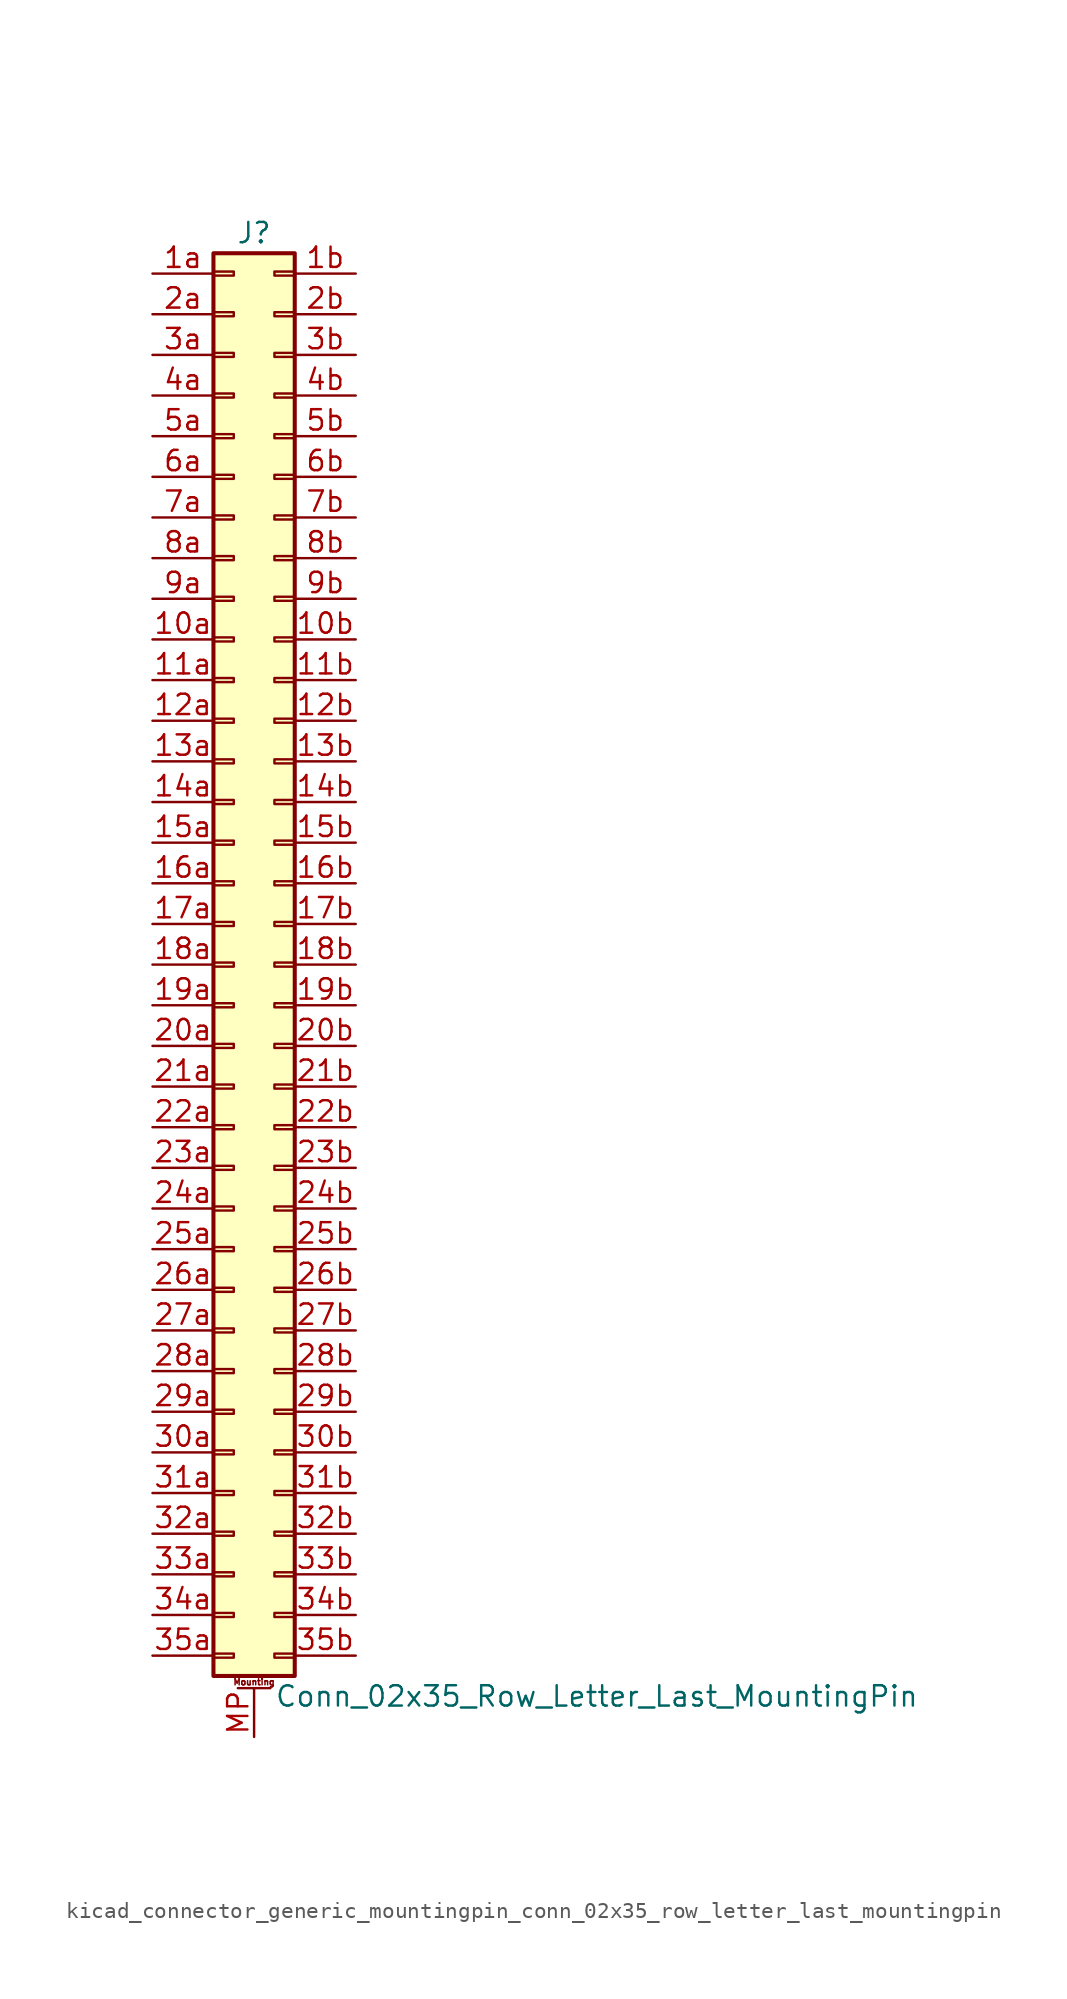
<source format=kicad_sym>
(kicad_symbol_lib
  (version 20220914)
  (generator kicad_symbol_editor)
  (symbol "kicad_connector_generic_mountingpin_conn_02x35_row_letter_last_mountingpin"
    (pin_names
      (offset 1.016) hide)
    (property "Reference" "J"
      (at 1.27 45.72 0)
      (effects (font (size 1.27 1.27))))
    (property "Value" "Conn_02x35_Row_Letter_Last_MountingPin"
      (at 2.54 -45.72 0)
      (effects (font (size 1.27 1.27)) (justify left)))
    (symbol "kicad_connector_generic_mountingpin_conn_02x35_row_letter_last_mountingpin_1_1"
      (rectangle (start -1.27 -43.053) (end 0 -43.307) (stroke (width 0.152) (type default)) (fill (type none)))
      (rectangle (start -1.27 -40.513) (end 0 -40.767) (stroke (width 0.152) (type default)) (fill (type none)))
      (rectangle (start -1.27 -37.973) (end 0 -38.227) (stroke (width 0.152) (type default)) (fill (type none)))
      (rectangle (start -1.27 -35.433) (end 0 -35.687) (stroke (width 0.152) (type default)) (fill (type none)))
      (rectangle (start -1.27 -32.893) (end 0 -33.147) (stroke (width 0.152) (type default)) (fill (type none)))
      (rectangle (start -1.27 -30.353) (end 0 -30.607) (stroke (width 0.152) (type default)) (fill (type none)))
      (rectangle (start -1.27 -27.813) (end 0 -28.067) (stroke (width 0.152) (type default)) (fill (type none)))
      (rectangle (start -1.27 -25.273) (end 0 -25.527) (stroke (width 0.152) (type default)) (fill (type none)))
      (rectangle (start -1.27 -22.733) (end 0 -22.987) (stroke (width 0.152) (type default)) (fill (type none)))
      (rectangle (start -1.27 -20.193) (end 0 -20.447) (stroke (width 0.152) (type default)) (fill (type none)))
      (rectangle (start -1.27 -17.653) (end 0 -17.907) (stroke (width 0.152) (type default)) (fill (type none)))
      (rectangle (start -1.27 -15.113) (end 0 -15.367) (stroke (width 0.152) (type default)) (fill (type none)))
      (rectangle (start -1.27 -12.573) (end 0 -12.827) (stroke (width 0.152) (type default)) (fill (type none)))
      (rectangle (start -1.27 -10.033) (end 0 -10.287) (stroke (width 0.152) (type default)) (fill (type none)))
      (rectangle (start -1.27 -7.493) (end 0 -7.747) (stroke (width 0.152) (type default)) (fill (type none)))
      (rectangle (start -1.27 -4.953) (end 0 -5.207) (stroke (width 0.152) (type default)) (fill (type none)))
      (rectangle (start -1.27 -2.413) (end 0 -2.667) (stroke (width 0.152) (type default)) (fill (type none)))
      (rectangle (start -1.27 0.127) (end 0 -0.127) (stroke (width 0.152) (type default)) (fill (type none)))
      (rectangle (start -1.27 2.667) (end 0 2.413) (stroke (width 0.152) (type default)) (fill (type none)))
      (rectangle (start -1.27 5.207) (end 0 4.953) (stroke (width 0.152) (type default)) (fill (type none)))
      (rectangle (start -1.27 7.747) (end 0 7.493) (stroke (width 0.152) (type default)) (fill (type none)))
      (rectangle (start -1.27 10.287) (end 0 10.033) (stroke (width 0.152) (type default)) (fill (type none)))
      (rectangle (start -1.27 12.827) (end 0 12.573) (stroke (width 0.152) (type default)) (fill (type none)))
      (rectangle (start -1.27 15.367) (end 0 15.113) (stroke (width 0.152) (type default)) (fill (type none)))
      (rectangle (start -1.27 17.907) (end 0 17.653) (stroke (width 0.152) (type default)) (fill (type none)))
      (rectangle (start -1.27 20.447) (end 0 20.193) (stroke (width 0.152) (type default)) (fill (type none)))
      (rectangle (start -1.27 22.987) (end 0 22.733) (stroke (width 0.152) (type default)) (fill (type none)))
      (rectangle (start -1.27 25.527) (end 0 25.273) (stroke (width 0.152) (type default)) (fill (type none)))
      (rectangle (start -1.27 28.067) (end 0 27.813) (stroke (width 0.152) (type default)) (fill (type none)))
      (rectangle (start -1.27 30.607) (end 0 30.353) (stroke (width 0.152) (type default)) (fill (type none)))
      (rectangle (start -1.27 33.147) (end 0 32.893) (stroke (width 0.152) (type default)) (fill (type none)))
      (rectangle (start -1.27 35.687) (end 0 35.433) (stroke (width 0.152) (type default)) (fill (type none)))
      (rectangle (start -1.27 38.227) (end 0 37.973) (stroke (width 0.152) (type default)) (fill (type none)))
      (rectangle (start -1.27 40.767) (end 0 40.513) (stroke (width 0.152) (type default)) (fill (type none)))
      (rectangle (start -1.27 43.307) (end 0 43.053) (stroke (width 0.152) (type default)) (fill (type none)))
      (rectangle (start -1.27 44.45) (end 3.81 -44.45) (stroke (width 0.254) (type default)) (fill (type background)))
      (polyline (pts (xy 0.254 -45.212) (xy 2.286 -45.212)) (stroke (width 0.152) (type default)) (fill (type none)))
      (rectangle (start 3.81 -43.053) (end 2.54 -43.307) (stroke (width 0.152) (type default)) (fill (type none)))
      (rectangle (start 3.81 -40.513) (end 2.54 -40.767) (stroke (width 0.152) (type default)) (fill (type none)))
      (rectangle (start 3.81 -37.973) (end 2.54 -38.227) (stroke (width 0.152) (type default)) (fill (type none)))
      (rectangle (start 3.81 -35.433) (end 2.54 -35.687) (stroke (width 0.152) (type default)) (fill (type none)))
      (rectangle (start 3.81 -32.893) (end 2.54 -33.147) (stroke (width 0.152) (type default)) (fill (type none)))
      (rectangle (start 3.81 -30.353) (end 2.54 -30.607) (stroke (width 0.152) (type default)) (fill (type none)))
      (rectangle (start 3.81 -27.813) (end 2.54 -28.067) (stroke (width 0.152) (type default)) (fill (type none)))
      (rectangle (start 3.81 -25.273) (end 2.54 -25.527) (stroke (width 0.152) (type default)) (fill (type none)))
      (rectangle (start 3.81 -22.733) (end 2.54 -22.987) (stroke (width 0.152) (type default)) (fill (type none)))
      (rectangle (start 3.81 -20.193) (end 2.54 -20.447) (stroke (width 0.152) (type default)) (fill (type none)))
      (rectangle (start 3.81 -17.653) (end 2.54 -17.907) (stroke (width 0.152) (type default)) (fill (type none)))
      (rectangle (start 3.81 -15.113) (end 2.54 -15.367) (stroke (width 0.152) (type default)) (fill (type none)))
      (rectangle (start 3.81 -12.573) (end 2.54 -12.827) (stroke (width 0.152) (type default)) (fill (type none)))
      (rectangle (start 3.81 -10.033) (end 2.54 -10.287) (stroke (width 0.152) (type default)) (fill (type none)))
      (rectangle (start 3.81 -7.493) (end 2.54 -7.747) (stroke (width 0.152) (type default)) (fill (type none)))
      (rectangle (start 3.81 -4.953) (end 2.54 -5.207) (stroke (width 0.152) (type default)) (fill (type none)))
      (rectangle (start 3.81 -2.413) (end 2.54 -2.667) (stroke (width 0.152) (type default)) (fill (type none)))
      (rectangle (start 3.81 0.127) (end 2.54 -0.127) (stroke (width 0.152) (type default)) (fill (type none)))
      (rectangle (start 3.81 2.667) (end 2.54 2.413) (stroke (width 0.152) (type default)) (fill (type none)))
      (rectangle (start 3.81 5.207) (end 2.54 4.953) (stroke (width 0.152) (type default)) (fill (type none)))
      (rectangle (start 3.81 7.747) (end 2.54 7.493) (stroke (width 0.152) (type default)) (fill (type none)))
      (rectangle (start 3.81 10.287) (end 2.54 10.033) (stroke (width 0.152) (type default)) (fill (type none)))
      (rectangle (start 3.81 12.827) (end 2.54 12.573) (stroke (width 0.152) (type default)) (fill (type none)))
      (rectangle (start 3.81 15.367) (end 2.54 15.113) (stroke (width 0.152) (type default)) (fill (type none)))
      (rectangle (start 3.81 17.907) (end 2.54 17.653) (stroke (width 0.152) (type default)) (fill (type none)))
      (rectangle (start 3.81 20.447) (end 2.54 20.193) (stroke (width 0.152) (type default)) (fill (type none)))
      (rectangle (start 3.81 22.987) (end 2.54 22.733) (stroke (width 0.152) (type default)) (fill (type none)))
      (rectangle (start 3.81 25.527) (end 2.54 25.273) (stroke (width 0.152) (type default)) (fill (type none)))
      (rectangle (start 3.81 28.067) (end 2.54 27.813) (stroke (width 0.152) (type default)) (fill (type none)))
      (rectangle (start 3.81 30.607) (end 2.54 30.353) (stroke (width 0.152) (type default)) (fill (type none)))
      (rectangle (start 3.81 33.147) (end 2.54 32.893) (stroke (width 0.152) (type default)) (fill (type none)))
      (rectangle (start 3.81 35.687) (end 2.54 35.433) (stroke (width 0.152) (type default)) (fill (type none)))
      (rectangle (start 3.81 38.227) (end 2.54 37.973) (stroke (width 0.152) (type default)) (fill (type none)))
      (rectangle (start 3.81 40.767) (end 2.54 40.513) (stroke (width 0.152) (type default)) (fill (type none)))
      (rectangle (start 3.81 43.307) (end 2.54 43.053) (stroke (width 0.152) (type default)) (fill (type none)))
      (text "Mounting" (at 1.27 -44.831 0) (effects (font (size 0.381 0.381))))
      (pin passive line (at -5.08 20.32 0) (length 3.81) (name "Pin_10a" (effects (font (size 1.27 1.27)))) (number "10a" (effects (font (size 1.27 1.27)))))
      (pin passive line (at 7.62 20.32 180) (length 3.81) (name "Pin_10b" (effects (font (size 1.27 1.27)))) (number "10b" (effects (font (size 1.27 1.27)))))
      (pin passive line (at -5.08 17.78 0) (length 3.81) (name "Pin_11a" (effects (font (size 1.27 1.27)))) (number "11a" (effects (font (size 1.27 1.27)))))
      (pin passive line (at 7.62 17.78 180) (length 3.81) (name "Pin_11b" (effects (font (size 1.27 1.27)))) (number "11b" (effects (font (size 1.27 1.27)))))
      (pin passive line (at -5.08 15.24 0) (length 3.81) (name "Pin_12a" (effects (font (size 1.27 1.27)))) (number "12a" (effects (font (size 1.27 1.27)))))
      (pin passive line (at 7.62 15.24 180) (length 3.81) (name "Pin_12b" (effects (font (size 1.27 1.27)))) (number "12b" (effects (font (size 1.27 1.27)))))
      (pin passive line (at -5.08 12.7 0) (length 3.81) (name "Pin_13a" (effects (font (size 1.27 1.27)))) (number "13a" (effects (font (size 1.27 1.27)))))
      (pin passive line (at 7.62 12.7 180) (length 3.81) (name "Pin_13b" (effects (font (size 1.27 1.27)))) (number "13b" (effects (font (size 1.27 1.27)))))
      (pin passive line (at -5.08 10.16 0) (length 3.81) (name "Pin_14a" (effects (font (size 1.27 1.27)))) (number "14a" (effects (font (size 1.27 1.27)))))
      (pin passive line (at 7.62 10.16 180) (length 3.81) (name "Pin_14b" (effects (font (size 1.27 1.27)))) (number "14b" (effects (font (size 1.27 1.27)))))
      (pin passive line (at -5.08 7.62 0) (length 3.81) (name "Pin_15a" (effects (font (size 1.27 1.27)))) (number "15a" (effects (font (size 1.27 1.27)))))
      (pin passive line (at 7.62 7.62 180) (length 3.81) (name "Pin_15b" (effects (font (size 1.27 1.27)))) (number "15b" (effects (font (size 1.27 1.27)))))
      (pin passive line (at -5.08 5.08 0) (length 3.81) (name "Pin_16a" (effects (font (size 1.27 1.27)))) (number "16a" (effects (font (size 1.27 1.27)))))
      (pin passive line (at 7.62 5.08 180) (length 3.81) (name "Pin_16b" (effects (font (size 1.27 1.27)))) (number "16b" (effects (font (size 1.27 1.27)))))
      (pin passive line (at -5.08 2.54 0) (length 3.81) (name "Pin_17a" (effects (font (size 1.27 1.27)))) (number "17a" (effects (font (size 1.27 1.27)))))
      (pin passive line (at 7.62 2.54 180) (length 3.81) (name "Pin_17b" (effects (font (size 1.27 1.27)))) (number "17b" (effects (font (size 1.27 1.27)))))
      (pin passive line (at -5.08 0 0) (length 3.81) (name "Pin_18a" (effects (font (size 1.27 1.27)))) (number "18a" (effects (font (size 1.27 1.27)))))
      (pin passive line (at 7.62 0 180) (length 3.81) (name "Pin_18b" (effects (font (size 1.27 1.27)))) (number "18b" (effects (font (size 1.27 1.27)))))
      (pin passive line (at -5.08 -2.54 0) (length 3.81) (name "Pin_19a" (effects (font (size 1.27 1.27)))) (number "19a" (effects (font (size 1.27 1.27)))))
      (pin passive line (at 7.62 -2.54 180) (length 3.81) (name "Pin_19b" (effects (font (size 1.27 1.27)))) (number "19b" (effects (font (size 1.27 1.27)))))
      (pin passive line (at -5.08 43.18 0) (length 3.81) (name "Pin_1a" (effects (font (size 1.27 1.27)))) (number "1a" (effects (font (size 1.27 1.27)))))
      (pin passive line (at 7.62 43.18 180) (length 3.81) (name "Pin_1b" (effects (font (size 1.27 1.27)))) (number "1b" (effects (font (size 1.27 1.27)))))
      (pin passive line (at -5.08 -5.08 0) (length 3.81) (name "Pin_20a" (effects (font (size 1.27 1.27)))) (number "20a" (effects (font (size 1.27 1.27)))))
      (pin passive line (at 7.62 -5.08 180) (length 3.81) (name "Pin_20b" (effects (font (size 1.27 1.27)))) (number "20b" (effects (font (size 1.27 1.27)))))
      (pin passive line (at -5.08 -7.62 0) (length 3.81) (name "Pin_21a" (effects (font (size 1.27 1.27)))) (number "21a" (effects (font (size 1.27 1.27)))))
      (pin passive line (at 7.62 -7.62 180) (length 3.81) (name "Pin_21b" (effects (font (size 1.27 1.27)))) (number "21b" (effects (font (size 1.27 1.27)))))
      (pin passive line (at -5.08 -10.16 0) (length 3.81) (name "Pin_22a" (effects (font (size 1.27 1.27)))) (number "22a" (effects (font (size 1.27 1.27)))))
      (pin passive line (at 7.62 -10.16 180) (length 3.81) (name "Pin_22b" (effects (font (size 1.27 1.27)))) (number "22b" (effects (font (size 1.27 1.27)))))
      (pin passive line (at -5.08 -12.7 0) (length 3.81) (name "Pin_23a" (effects (font (size 1.27 1.27)))) (number "23a" (effects (font (size 1.27 1.27)))))
      (pin passive line (at 7.62 -12.7 180) (length 3.81) (name "Pin_23b" (effects (font (size 1.27 1.27)))) (number "23b" (effects (font (size 1.27 1.27)))))
      (pin passive line (at -5.08 -15.24 0) (length 3.81) (name "Pin_24a" (effects (font (size 1.27 1.27)))) (number "24a" (effects (font (size 1.27 1.27)))))
      (pin passive line (at 7.62 -15.24 180) (length 3.81) (name "Pin_24b" (effects (font (size 1.27 1.27)))) (number "24b" (effects (font (size 1.27 1.27)))))
      (pin passive line (at -5.08 -17.78 0) (length 3.81) (name "Pin_25a" (effects (font (size 1.27 1.27)))) (number "25a" (effects (font (size 1.27 1.27)))))
      (pin passive line (at 7.62 -17.78 180) (length 3.81) (name "Pin_25b" (effects (font (size 1.27 1.27)))) (number "25b" (effects (font (size 1.27 1.27)))))
      (pin passive line (at -5.08 -20.32 0) (length 3.81) (name "Pin_26a" (effects (font (size 1.27 1.27)))) (number "26a" (effects (font (size 1.27 1.27)))))
      (pin passive line (at 7.62 -20.32 180) (length 3.81) (name "Pin_26b" (effects (font (size 1.27 1.27)))) (number "26b" (effects (font (size 1.27 1.27)))))
      (pin passive line (at -5.08 -22.86 0) (length 3.81) (name "Pin_27a" (effects (font (size 1.27 1.27)))) (number "27a" (effects (font (size 1.27 1.27)))))
      (pin passive line (at 7.62 -22.86 180) (length 3.81) (name "Pin_27b" (effects (font (size 1.27 1.27)))) (number "27b" (effects (font (size 1.27 1.27)))))
      (pin passive line (at -5.08 -25.4 0) (length 3.81) (name "Pin_28a" (effects (font (size 1.27 1.27)))) (number "28a" (effects (font (size 1.27 1.27)))))
      (pin passive line (at 7.62 -25.4 180) (length 3.81) (name "Pin_28b" (effects (font (size 1.27 1.27)))) (number "28b" (effects (font (size 1.27 1.27)))))
      (pin passive line (at -5.08 -27.94 0) (length 3.81) (name "Pin_29a" (effects (font (size 1.27 1.27)))) (number "29a" (effects (font (size 1.27 1.27)))))
      (pin passive line (at 7.62 -27.94 180) (length 3.81) (name "Pin_29b" (effects (font (size 1.27 1.27)))) (number "29b" (effects (font (size 1.27 1.27)))))
      (pin passive line (at -5.08 40.64 0) (length 3.81) (name "Pin_2a" (effects (font (size 1.27 1.27)))) (number "2a" (effects (font (size 1.27 1.27)))))
      (pin passive line (at 7.62 40.64 180) (length 3.81) (name "Pin_2b" (effects (font (size 1.27 1.27)))) (number "2b" (effects (font (size 1.27 1.27)))))
      (pin passive line (at -5.08 -30.48 0) (length 3.81) (name "Pin_30a" (effects (font (size 1.27 1.27)))) (number "30a" (effects (font (size 1.27 1.27)))))
      (pin passive line (at 7.62 -30.48 180) (length 3.81) (name "Pin_30b" (effects (font (size 1.27 1.27)))) (number "30b" (effects (font (size 1.27 1.27)))))
      (pin passive line (at -5.08 -33.02 0) (length 3.81) (name "Pin_31a" (effects (font (size 1.27 1.27)))) (number "31a" (effects (font (size 1.27 1.27)))))
      (pin passive line (at 7.62 -33.02 180) (length 3.81) (name "Pin_31b" (effects (font (size 1.27 1.27)))) (number "31b" (effects (font (size 1.27 1.27)))))
      (pin passive line (at -5.08 -35.56 0) (length 3.81) (name "Pin_32a" (effects (font (size 1.27 1.27)))) (number "32a" (effects (font (size 1.27 1.27)))))
      (pin passive line (at 7.62 -35.56 180) (length 3.81) (name "Pin_32b" (effects (font (size 1.27 1.27)))) (number "32b" (effects (font (size 1.27 1.27)))))
      (pin passive line (at -5.08 -38.1 0) (length 3.81) (name "Pin_33a" (effects (font (size 1.27 1.27)))) (number "33a" (effects (font (size 1.27 1.27)))))
      (pin passive line (at 7.62 -38.1 180) (length 3.81) (name "Pin_33b" (effects (font (size 1.27 1.27)))) (number "33b" (effects (font (size 1.27 1.27)))))
      (pin passive line (at -5.08 -40.64 0) (length 3.81) (name "Pin_34a" (effects (font (size 1.27 1.27)))) (number "34a" (effects (font (size 1.27 1.27)))))
      (pin passive line (at 7.62 -40.64 180) (length 3.81) (name "Pin_34b" (effects (font (size 1.27 1.27)))) (number "34b" (effects (font (size 1.27 1.27)))))
      (pin passive line (at -5.08 -43.18 0) (length 3.81) (name "Pin_35a" (effects (font (size 1.27 1.27)))) (number "35a" (effects (font (size 1.27 1.27)))))
      (pin passive line (at 7.62 -43.18 180) (length 3.81) (name "Pin_35b" (effects (font (size 1.27 1.27)))) (number "35b" (effects (font (size 1.27 1.27)))))
      (pin passive line (at -5.08 38.1 0) (length 3.81) (name "Pin_3a" (effects (font (size 1.27 1.27)))) (number "3a" (effects (font (size 1.27 1.27)))))
      (pin passive line (at 7.62 38.1 180) (length 3.81) (name "Pin_3b" (effects (font (size 1.27 1.27)))) (number "3b" (effects (font (size 1.27 1.27)))))
      (pin passive line (at -5.08 35.56 0) (length 3.81) (name "Pin_4a" (effects (font (size 1.27 1.27)))) (number "4a" (effects (font (size 1.27 1.27)))))
      (pin passive line (at 7.62 35.56 180) (length 3.81) (name "Pin_4b" (effects (font (size 1.27 1.27)))) (number "4b" (effects (font (size 1.27 1.27)))))
      (pin passive line (at -5.08 33.02 0) (length 3.81) (name "Pin_5a" (effects (font (size 1.27 1.27)))) (number "5a" (effects (font (size 1.27 1.27)))))
      (pin passive line (at 7.62 33.02 180) (length 3.81) (name "Pin_5b" (effects (font (size 1.27 1.27)))) (number "5b" (effects (font (size 1.27 1.27)))))
      (pin passive line (at -5.08 30.48 0) (length 3.81) (name "Pin_6a" (effects (font (size 1.27 1.27)))) (number "6a" (effects (font (size 1.27 1.27)))))
      (pin passive line (at 7.62 30.48 180) (length 3.81) (name "Pin_6b" (effects (font (size 1.27 1.27)))) (number "6b" (effects (font (size 1.27 1.27)))))
      (pin passive line (at -5.08 27.94 0) (length 3.81) (name "Pin_7a" (effects (font (size 1.27 1.27)))) (number "7a" (effects (font (size 1.27 1.27)))))
      (pin passive line (at 7.62 27.94 180) (length 3.81) (name "Pin_7b" (effects (font (size 1.27 1.27)))) (number "7b" (effects (font (size 1.27 1.27)))))
      (pin passive line (at -5.08 25.4 0) (length 3.81) (name "Pin_8a" (effects (font (size 1.27 1.27)))) (number "8a" (effects (font (size 1.27 1.27)))))
      (pin passive line (at 7.62 25.4 180) (length 3.81) (name "Pin_8b" (effects (font (size 1.27 1.27)))) (number "8b" (effects (font (size 1.27 1.27)))))
      (pin passive line (at -5.08 22.86 0) (length 3.81) (name "Pin_9a" (effects (font (size 1.27 1.27)))) (number "9a" (effects (font (size 1.27 1.27)))))
      (pin passive line (at 7.62 22.86 180) (length 3.81) (name "Pin_9b" (effects (font (size 1.27 1.27)))) (number "9b" (effects (font (size 1.27 1.27)))))
      (pin passive line (at 1.27 -48.26 90) (length 3.048) (name "MountPin" (effects (font (size 1.27 1.27)))) (number "MP" (effects (font (size 1.27 1.27))))))))
</source>
